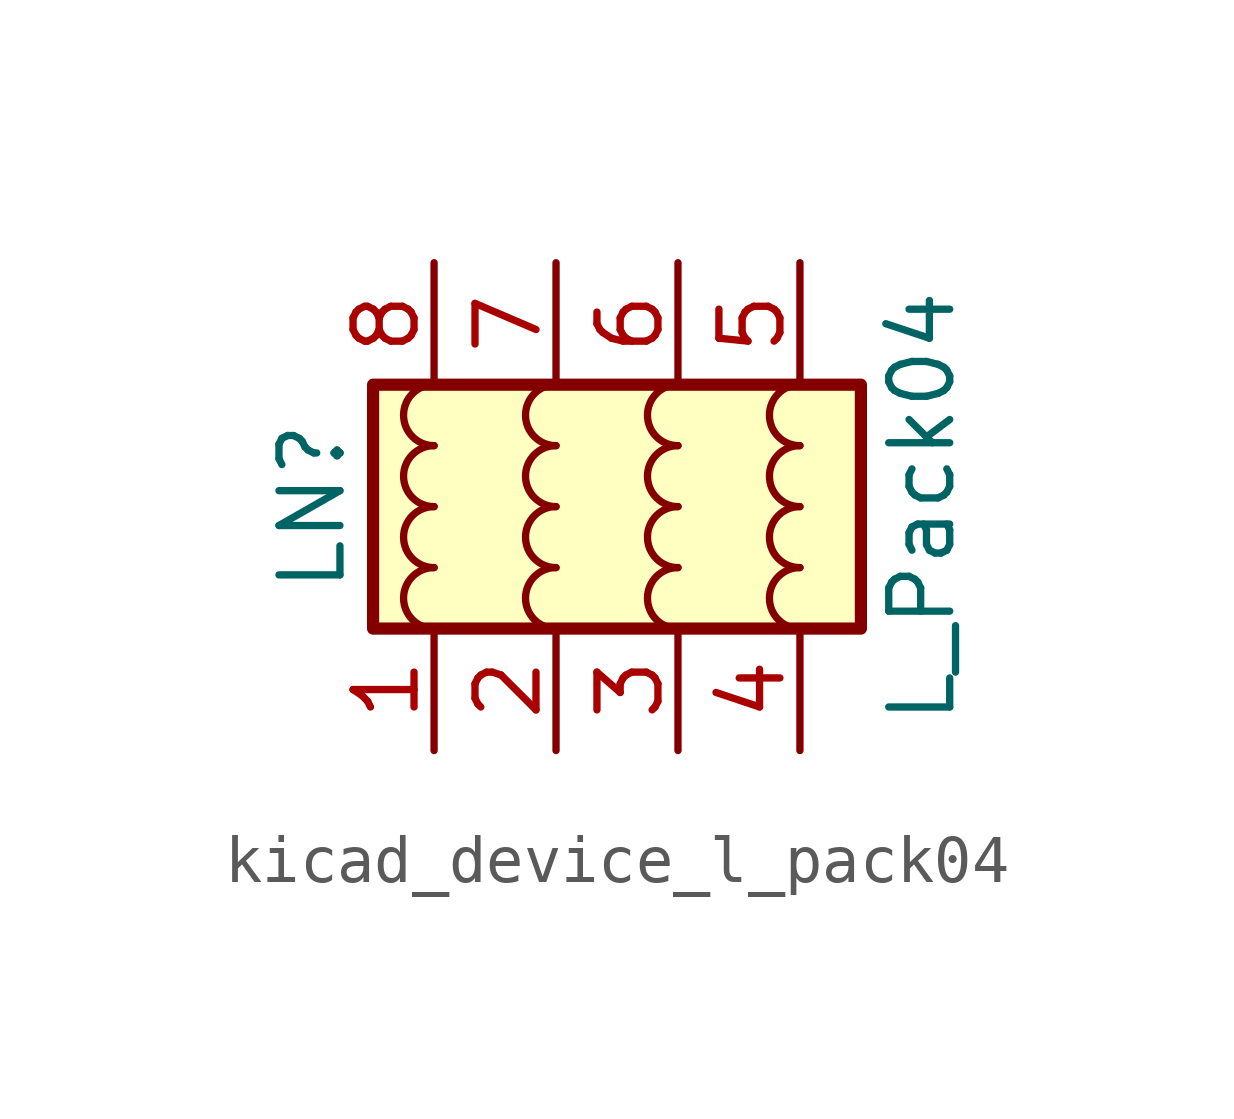
<source format=kicad_sym>
(kicad_symbol_lib
  (version 20220914)
  (generator kicad_symbol_editor)
  (symbol "kicad_device_l_pack04"
    (property "Reference" "LN"
      (at -7.62 0 90)
      (effects (font (size 1.27 1.27))))
    (property "Value" "L_Pack04"
      (at 5.08 0 90)
      (effects (font (size 1.27 1.27))))
    (symbol "kicad_device_l_pack04_0_1"
      (rectangle (start -6.35 2.54) (end 3.81 -2.54) (stroke (width 0.254) (type default)) (fill (type background))))
    (symbol "kicad_device_l_pack04_1_1"
      (arc (start -5.08 -1.27) (mid -5.7123 -1.905) (end -5.08 -2.54) (stroke (width 0) (type default)) (fill (type none)))
      (arc (start -5.08 0) (mid -5.7123 -0.635) (end -5.08 -1.27) (stroke (width 0) (type default)) (fill (type none)))
      (arc (start -5.08 1.27) (mid -5.7123 0.635) (end -5.08 0) (stroke (width 0) (type default)) (fill (type none)))
      (arc (start -5.08 2.54) (mid -5.7123 1.905) (end -5.08 1.27) (stroke (width 0) (type default)) (fill (type none)))
      (arc (start -2.54 -1.27) (mid -3.1723 -1.905) (end -2.54 -2.54) (stroke (width 0) (type default)) (fill (type none)))
      (arc (start -2.54 0) (mid -3.1723 -0.635) (end -2.54 -1.27) (stroke (width 0) (type default)) (fill (type none)))
      (arc (start -2.54 1.27) (mid -3.1723 0.635) (end -2.54 0) (stroke (width 0) (type default)) (fill (type none)))
      (arc (start -2.54 2.54) (mid -3.1723 1.905) (end -2.54 1.27) (stroke (width 0) (type default)) (fill (type none)))
      (arc (start 0 -1.27) (mid -0.6323 -1.905) (end 0 -2.54) (stroke (width 0) (type default)) (fill (type none)))
      (arc (start 0 0) (mid -0.6323 -0.635) (end 0 -1.27) (stroke (width 0) (type default)) (fill (type none)))
      (arc (start 0 1.27) (mid -0.6323 0.635) (end 0 0) (stroke (width 0) (type default)) (fill (type none)))
      (arc (start 0 2.54) (mid -0.6323 1.905) (end 0 1.27) (stroke (width 0) (type default)) (fill (type none)))
      (arc (start 2.54 -1.27) (mid 1.9077 -1.905) (end 2.54 -2.54) (stroke (width 0) (type default)) (fill (type none)))
      (arc (start 2.54 0) (mid 1.9077 -0.635) (end 2.54 -1.27) (stroke (width 0) (type default)) (fill (type none)))
      (arc (start 2.54 1.27) (mid 1.9077 0.635) (end 2.54 0) (stroke (width 0) (type default)) (fill (type none)))
      (arc (start 2.54 2.54) (mid 1.9077 1.905) (end 2.54 1.27) (stroke (width 0) (type default)) (fill (type none)))
      (pin passive line (at -5.08 -5.08 90) (length 2.54) (name "~" (effects (font (size 1.27 1.27)))) (number "1" (effects (font (size 1.27 1.27)))))
      (pin passive line (at -2.54 -5.08 90) (length 2.54) (name "~" (effects (font (size 1.27 1.27)))) (number "2" (effects (font (size 1.27 1.27)))))
      (pin passive line (at 0 -5.08 90) (length 2.54) (name "~" (effects (font (size 1.27 1.27)))) (number "3" (effects (font (size 1.27 1.27)))))
      (pin passive line (at 2.54 -5.08 90) (length 2.54) (name "~" (effects (font (size 1.27 1.27)))) (number "4" (effects (font (size 1.27 1.27)))))
      (pin passive line (at 2.54 5.08 270) (length 2.54) (name "~" (effects (font (size 1.27 1.27)))) (number "5" (effects (font (size 1.27 1.27)))))
      (pin passive line (at 0 5.08 270) (length 2.54) (name "~" (effects (font (size 1.27 1.27)))) (number "6" (effects (font (size 1.27 1.27)))))
      (pin passive line (at -2.54 5.08 270) (length 2.54) (name "~" (effects (font (size 1.27 1.27)))) (number "7" (effects (font (size 1.27 1.27)))))
      (pin passive line (at -5.08 5.08 270) (length 2.54) (name "~" (effects (font (size 1.27 1.27)))) (number "8" (effects (font (size 1.27 1.27))))))))
</source>
